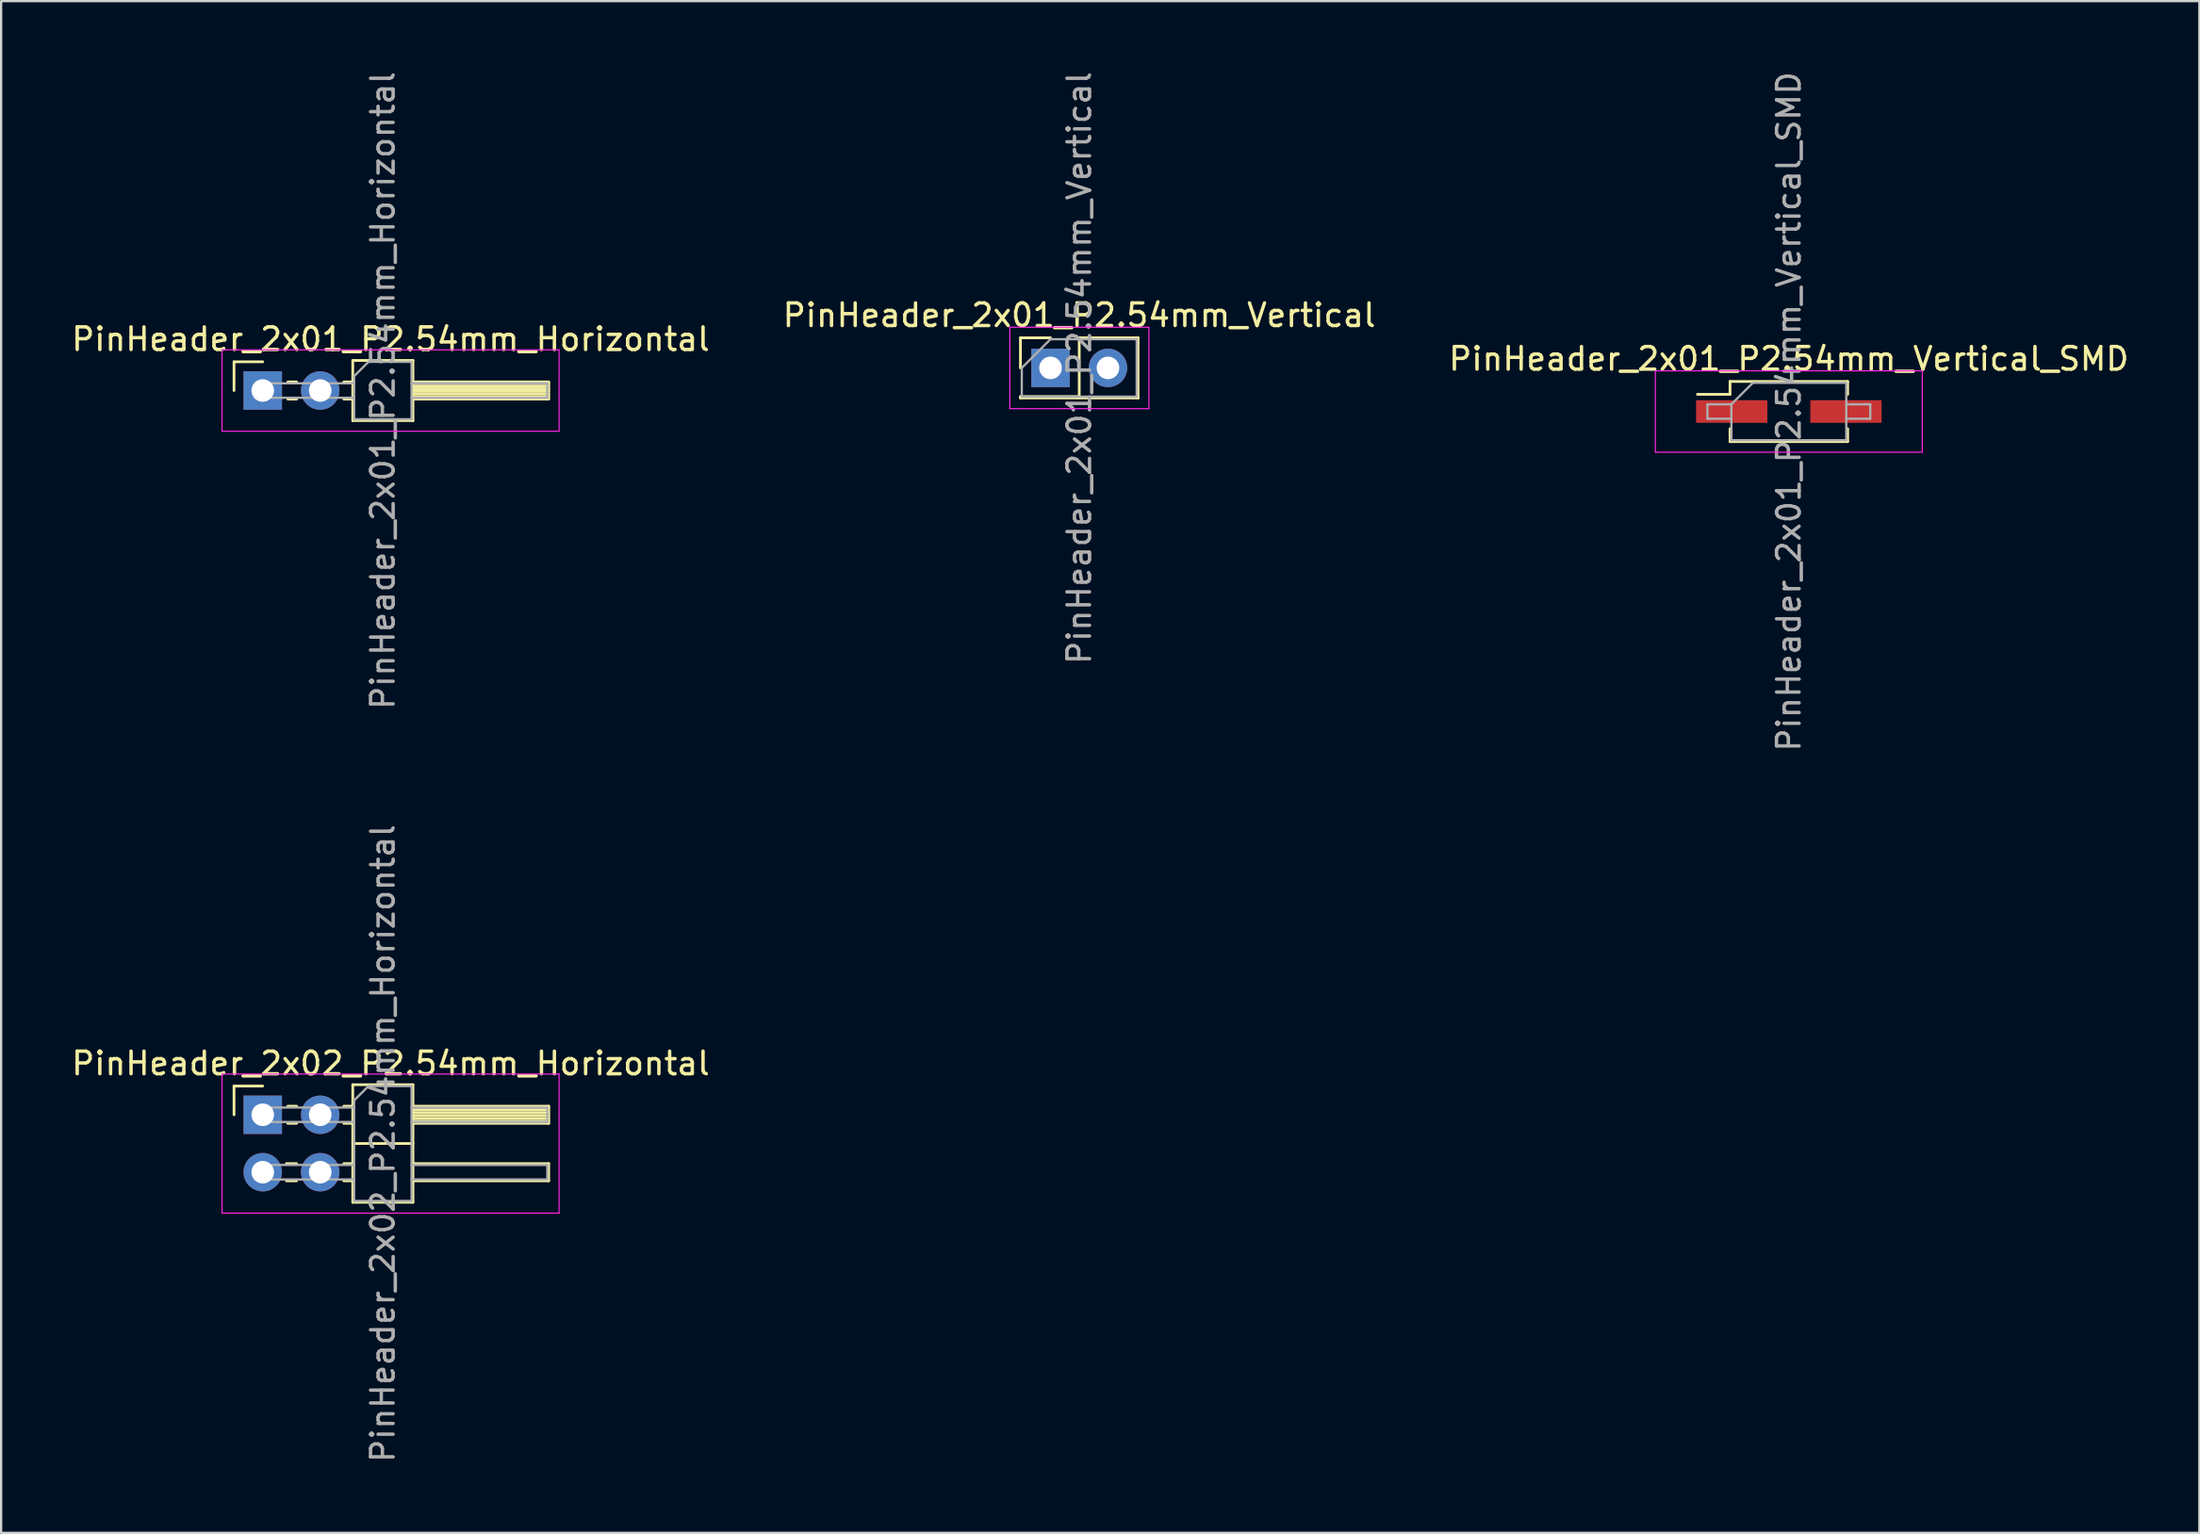
<source format=kicad_pcb>
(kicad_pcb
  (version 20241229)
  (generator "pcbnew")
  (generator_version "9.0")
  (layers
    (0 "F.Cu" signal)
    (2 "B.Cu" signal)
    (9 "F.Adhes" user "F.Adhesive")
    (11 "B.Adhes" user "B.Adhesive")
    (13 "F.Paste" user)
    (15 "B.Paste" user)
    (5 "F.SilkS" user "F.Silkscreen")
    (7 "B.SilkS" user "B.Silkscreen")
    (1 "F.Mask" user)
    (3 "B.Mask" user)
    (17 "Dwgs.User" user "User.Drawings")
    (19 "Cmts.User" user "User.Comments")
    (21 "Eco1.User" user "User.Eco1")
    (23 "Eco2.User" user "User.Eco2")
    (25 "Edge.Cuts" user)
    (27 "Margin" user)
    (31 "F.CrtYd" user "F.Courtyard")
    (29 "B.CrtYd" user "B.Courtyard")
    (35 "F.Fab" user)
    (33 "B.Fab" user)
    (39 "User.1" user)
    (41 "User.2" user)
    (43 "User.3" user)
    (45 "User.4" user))
  (footprint "PinHeader_2x02_P2.54mm_Horizontal"
    (layer "F.Cu")
    (at 8.565 46.248)
    (property "Reference" "PinHeader_2x02_P2.54mm_Horizontal" (at 5.655 -2.27 0) (layer "F.SilkS") (effects (font (size 1 1) (thickness 0.15))))
    (attr through_hole)
    (fp_line (start -1.27 -1.27) (end 0 -1.27) (stroke (width 0.12) (type solid)) (layer "F.SilkS"))
    (fp_line (start -1.27 0) (end -1.27 -1.27) (stroke (width 0.12) (type solid)) (layer "F.SilkS"))
    (fp_line (start 1.043 2.16) (end 1.497 2.16) (stroke (width 0.12) (type solid)) (layer "F.SilkS"))
    (fp_line (start 1.043 2.92) (end 1.497 2.92) (stroke (width 0.12) (type solid)) (layer "F.SilkS"))
    (fp_line (start 1.11 -0.38) (end 1.497 -0.38) (stroke (width 0.12) (type solid)) (layer "F.SilkS"))
    (fp_line (start 1.11 0.38) (end 1.497 0.38) (stroke (width 0.12) (type solid)) (layer "F.SilkS"))
    (fp_line (start 3.583 -0.38) (end 3.98 -0.38) (stroke (width 0.12) (type solid)) (layer "F.SilkS"))
    (fp_line (start 3.583 0.38) (end 3.98 0.38) (stroke (width 0.12) (type solid)) (layer "F.SilkS"))
    (fp_line (start 3.583 2.16) (end 3.98 2.16) (stroke (width 0.12) (type solid)) (layer "F.SilkS"))
    (fp_line (start 3.583 2.92) (end 3.98 2.92) (stroke (width 0.12) (type solid)) (layer "F.SilkS"))
    (fp_line (start 3.98 -1.33) (end 3.98 3.87) (stroke (width 0.12) (type solid)) (layer "F.SilkS"))
    (fp_line (start 3.98 1.27) (end 6.64 1.27) (stroke (width 0.12) (type solid)) (layer "F.SilkS"))
    (fp_line (start 3.98 3.87) (end 6.64 3.87) (stroke (width 0.12) (type solid)) (layer "F.SilkS"))
    (fp_line (start 6.64 -1.33) (end 3.98 -1.33) (stroke (width 0.12) (type solid)) (layer "F.SilkS"))
    (fp_line (start 6.64 -0.38) (end 12.64 -0.38) (stroke (width 0.12) (type solid)) (layer "F.SilkS"))
    (fp_line (start 6.64 -0.32) (end 12.64 -0.32) (stroke (width 0.12) (type solid)) (layer "F.SilkS"))
    (fp_line (start 6.64 -0.2) (end 12.64 -0.2) (stroke (width 0.12) (type solid)) (layer "F.SilkS"))
    (fp_line (start 6.64 -0.08) (end 12.64 -0.08) (stroke (width 0.12) (type solid)) (layer "F.SilkS"))
    (fp_line (start 6.64 0.04) (end 12.64 0.04) (stroke (width 0.12) (type solid)) (layer "F.SilkS"))
    (fp_line (start 6.64 0.16) (end 12.64 0.16) (stroke (width 0.12) (type solid)) (layer "F.SilkS"))
    (fp_line (start 6.64 0.28) (end 12.64 0.28) (stroke (width 0.12) (type solid)) (layer "F.SilkS"))
    (fp_line (start 6.64 2.16) (end 12.64 2.16) (stroke (width 0.12) (type solid)) (layer "F.SilkS"))
    (fp_line (start 6.64 3.87) (end 6.64 -1.33) (stroke (width 0.12) (type solid)) (layer "F.SilkS"))
    (fp_line (start 12.64 -0.38) (end 12.64 0.38) (stroke (width 0.12) (type solid)) (layer "F.SilkS"))
    (fp_line (start 12.64 0.38) (end 6.64 0.38) (stroke (width 0.12) (type solid)) (layer "F.SilkS"))
    (fp_line (start 12.64 2.16) (end 12.64 2.92) (stroke (width 0.12) (type solid)) (layer "F.SilkS"))
    (fp_line (start 12.64 2.92) (end 6.64 2.92) (stroke (width 0.12) (type solid)) (layer "F.SilkS"))
    (fp_line (start -1.8 -1.8) (end -1.8 4.35) (stroke (width 0.05) (type solid)) (layer "F.CrtYd"))
    (fp_line (start -1.8 4.35) (end 13.1 4.35) (stroke (width 0.05) (type solid)) (layer "F.CrtYd"))
    (fp_line (start 13.1 -1.8) (end -1.8 -1.8) (stroke (width 0.05) (type solid)) (layer "F.CrtYd"))
    (fp_line (start 13.1 4.35) (end 13.1 -1.8) (stroke (width 0.05) (type solid)) (layer "F.CrtYd"))
    (fp_line (start -0.32 -0.32) (end -0.32 0.32) (stroke (width 0.1) (type solid)) (layer "F.Fab"))
    (fp_line (start -0.32 -0.32) (end 4.04 -0.32) (stroke (width 0.1) (type solid)) (layer "F.Fab"))
    (fp_line (start -0.32 0.32) (end 4.04 0.32) (stroke (width 0.1) (type solid)) (layer "F.Fab"))
    (fp_line (start -0.32 2.22) (end -0.32 2.86) (stroke (width 0.1) (type solid)) (layer "F.Fab"))
    (fp_line (start -0.32 2.22) (end 4.04 2.22) (stroke (width 0.1) (type solid)) (layer "F.Fab"))
    (fp_line (start -0.32 2.86) (end 4.04 2.86) (stroke (width 0.1) (type solid)) (layer "F.Fab"))
    (fp_line (start 4.04 -0.635) (end 4.675 -1.27) (stroke (width 0.1) (type solid)) (layer "F.Fab"))
    (fp_line (start 4.04 3.81) (end 4.04 -0.635) (stroke (width 0.1) (type solid)) (layer "F.Fab"))
    (fp_line (start 4.675 -1.27) (end 6.58 -1.27) (stroke (width 0.1) (type solid)) (layer "F.Fab"))
    (fp_line (start 6.58 -1.27) (end 6.58 3.81) (stroke (width 0.1) (type solid)) (layer "F.Fab"))
    (fp_line (start 6.58 -0.32) (end 12.58 -0.32) (stroke (width 0.1) (type solid)) (layer "F.Fab"))
    (fp_line (start 6.58 0.32) (end 12.58 0.32) (stroke (width 0.1) (type solid)) (layer "F.Fab"))
    (fp_line (start 6.58 2.22) (end 12.58 2.22) (stroke (width 0.1) (type solid)) (layer "F.Fab"))
    (fp_line (start 6.58 2.86) (end 12.58 2.86) (stroke (width 0.1) (type solid)) (layer "F.Fab"))
    (fp_line (start 6.58 3.81) (end 4.04 3.81) (stroke (width 0.1) (type solid)) (layer "F.Fab"))
    (fp_line (start 12.58 -0.32) (end 12.58 0.32) (stroke (width 0.1) (type solid)) (layer "F.Fab"))
    (fp_line (start 12.58 2.22) (end 12.58 2.86) (stroke (width 0.1) (type solid)) (layer "F.Fab"))
    (fp_text user "${REFERENCE}" (at 5.31 1.27 90) (layer "F.Fab") (effects (font (size 1 1) (thickness 0.15))))
    (pad "1" thru_hole rect (at 0 0) (size 1.7 1.7) (drill 1) (layers "*.Cu" "*.Mask"))
    (pad "2" thru_hole oval (at 2.54 0) (size 1.7 1.7) (drill 1) (layers "*.Cu" "*.Mask"))
    (pad "3" thru_hole oval (at 0 2.54) (size 1.7 1.7) (drill 1) (layers "*.Cu" "*.Mask"))
    (pad "4" thru_hole oval (at 2.54 2.54) (size 1.7 1.7) (drill 1) (layers "*.Cu" "*.Mask")))
  (footprint "PinHeader_2x01_P2.54mm_Horizontal"
    (layer "F.Cu")
    (at 8.565 14.22)
    (property "Reference" "PinHeader_2x01_P2.54mm_Horizontal" (at 5.655 -2.27 0) (layer "F.SilkS") (effects (font (size 1 1) (thickness 0.15))))
    (attr through_hole)
    (fp_line (start -1.27 -1.27) (end 0 -1.27) (stroke (width 0.12) (type solid)) (layer "F.SilkS"))
    (fp_line (start -1.27 0) (end -1.27 -1.27) (stroke (width 0.12) (type solid)) (layer "F.SilkS"))
    (fp_line (start 1.11 -0.38) (end 1.497 -0.38) (stroke (width 0.12) (type solid)) (layer "F.SilkS"))
    (fp_line (start 1.11 0.38) (end 1.497 0.38) (stroke (width 0.12) (type solid)) (layer "F.SilkS"))
    (fp_line (start 3.583 -0.38) (end 3.98 -0.38) (stroke (width 0.12) (type solid)) (layer "F.SilkS"))
    (fp_line (start 3.583 0.38) (end 3.98 0.38) (stroke (width 0.12) (type solid)) (layer "F.SilkS"))
    (fp_line (start 3.98 -1.33) (end 3.98 1.33) (stroke (width 0.12) (type solid)) (layer "F.SilkS"))
    (fp_line (start 3.98 1.33) (end 6.64 1.33) (stroke (width 0.12) (type solid)) (layer "F.SilkS"))
    (fp_line (start 6.64 -1.33) (end 3.98 -1.33) (stroke (width 0.12) (type solid)) (layer "F.SilkS"))
    (fp_line (start 6.64 -0.38) (end 12.64 -0.38) (stroke (width 0.12) (type solid)) (layer "F.SilkS"))
    (fp_line (start 6.64 -0.32) (end 12.64 -0.32) (stroke (width 0.12) (type solid)) (layer "F.SilkS"))
    (fp_line (start 6.64 -0.2) (end 12.64 -0.2) (stroke (width 0.12) (type solid)) (layer "F.SilkS"))
    (fp_line (start 6.64 -0.08) (end 12.64 -0.08) (stroke (width 0.12) (type solid)) (layer "F.SilkS"))
    (fp_line (start 6.64 0.04) (end 12.64 0.04) (stroke (width 0.12) (type solid)) (layer "F.SilkS"))
    (fp_line (start 6.64 0.16) (end 12.64 0.16) (stroke (width 0.12) (type solid)) (layer "F.SilkS"))
    (fp_line (start 6.64 0.28) (end 12.64 0.28) (stroke (width 0.12) (type solid)) (layer "F.SilkS"))
    (fp_line (start 6.64 1.33) (end 6.64 -1.33) (stroke (width 0.12) (type solid)) (layer "F.SilkS"))
    (fp_line (start 12.64 -0.38) (end 12.64 0.38) (stroke (width 0.12) (type solid)) (layer "F.SilkS"))
    (fp_line (start 12.64 0.38) (end 6.64 0.38) (stroke (width 0.12) (type solid)) (layer "F.SilkS"))
    (fp_line (start -1.8 -1.8) (end -1.8 1.8) (stroke (width 0.05) (type solid)) (layer "F.CrtYd"))
    (fp_line (start -1.8 1.8) (end 13.1 1.8) (stroke (width 0.05) (type solid)) (layer "F.CrtYd"))
    (fp_line (start 13.1 -1.8) (end -1.8 -1.8) (stroke (width 0.05) (type solid)) (layer "F.CrtYd"))
    (fp_line (start 13.1 1.8) (end 13.1 -1.8) (stroke (width 0.05) (type solid)) (layer "F.CrtYd"))
    (fp_line (start -0.32 -0.32) (end -0.32 0.32) (stroke (width 0.1) (type solid)) (layer "F.Fab"))
    (fp_line (start -0.32 -0.32) (end 4.04 -0.32) (stroke (width 0.1) (type solid)) (layer "F.Fab"))
    (fp_line (start -0.32 0.32) (end 4.04 0.32) (stroke (width 0.1) (type solid)) (layer "F.Fab"))
    (fp_line (start 4.04 -0.635) (end 4.675 -1.27) (stroke (width 0.1) (type solid)) (layer "F.Fab"))
    (fp_line (start 4.04 1.27) (end 4.04 -0.635) (stroke (width 0.1) (type solid)) (layer "F.Fab"))
    (fp_line (start 4.675 -1.27) (end 6.58 -1.27) (stroke (width 0.1) (type solid)) (layer "F.Fab"))
    (fp_line (start 6.58 -1.27) (end 6.58 1.27) (stroke (width 0.1) (type solid)) (layer "F.Fab"))
    (fp_line (start 6.58 -0.32) (end 12.58 -0.32) (stroke (width 0.1) (type solid)) (layer "F.Fab"))
    (fp_line (start 6.58 0.32) (end 12.58 0.32) (stroke (width 0.1) (type solid)) (layer "F.Fab"))
    (fp_line (start 6.58 1.27) (end 4.04 1.27) (stroke (width 0.1) (type solid)) (layer "F.Fab"))
    (fp_line (start 12.58 -0.32) (end 12.58 0.32) (stroke (width 0.1) (type solid)) (layer "F.Fab"))
    (fp_text user "${REFERENCE}" (at 5.31 0 90) (layer "F.Fab") (effects (font (size 1 1) (thickness 0.15))))
    (pad "1" thru_hole rect (at 0 0) (size 1.7 1.7) (drill 1) (layers "*.Cu" "*.Mask"))
    (pad "2" thru_hole oval (at 2.54 0) (size 1.7 1.7) (drill 1) (layers "*.Cu" "*.Mask")))
  (footprint "PinHeader_2x01_P2.54mm_Vertical_SMD"
    (layer "F.Cu")
    (at 76.03 15.149)
    (property "Reference" "PinHeader_2x01_P2.54mm_Vertical_SMD" (at 0 -2.33 0) (layer "F.SilkS") (effects (font (size 1 1) (thickness 0.15))))
    (attr smd)
    (fp_line (start -4.04 -0.76) (end -2.6 -0.76) (stroke (width 0.12) (type solid)) (layer "F.SilkS"))
    (fp_line (start -2.6 -1.33) (end -2.6 -0.76) (stroke (width 0.12) (type solid)) (layer "F.SilkS"))
    (fp_line (start -2.6 -1.33) (end 2.6 -1.33) (stroke (width 0.12) (type solid)) (layer "F.SilkS"))
    (fp_line (start -2.6 0.76) (end -2.6 1.33) (stroke (width 0.12) (type solid)) (layer "F.SilkS"))
    (fp_line (start -2.6 1.33) (end 2.6 1.33) (stroke (width 0.12) (type solid)) (layer "F.SilkS"))
    (fp_line (start 2.6 -1.33) (end 2.6 -0.76) (stroke (width 0.12) (type solid)) (layer "F.SilkS"))
    (fp_line (start 2.6 0.76) (end 2.6 1.33) (stroke (width 0.12) (type solid)) (layer "F.SilkS"))
    (fp_line (start -5.9 -1.8) (end -5.9 1.8) (stroke (width 0.05) (type solid)) (layer "F.CrtYd"))
    (fp_line (start -5.9 1.8) (end 5.9 1.8) (stroke (width 0.05) (type solid)) (layer "F.CrtYd"))
    (fp_line (start 5.9 -1.8) (end -5.9 -1.8) (stroke (width 0.05) (type solid)) (layer "F.CrtYd"))
    (fp_line (start 5.9 1.8) (end 5.9 -1.8) (stroke (width 0.05) (type solid)) (layer "F.CrtYd"))
    (fp_line (start -3.6 -0.32) (end -3.6 0.32) (stroke (width 0.1) (type solid)) (layer "F.Fab"))
    (fp_line (start -3.6 0.32) (end -2.54 0.32) (stroke (width 0.1) (type solid)) (layer "F.Fab"))
    (fp_line (start -2.54 -0.32) (end -3.6 -0.32) (stroke (width 0.1) (type solid)) (layer "F.Fab"))
    (fp_line (start -2.54 -0.32) (end -1.59 -1.27) (stroke (width 0.1) (type solid)) (layer "F.Fab"))
    (fp_line (start -2.54 1.27) (end -2.54 -0.32) (stroke (width 0.1) (type solid)) (layer "F.Fab"))
    (fp_line (start -1.59 -1.27) (end 2.54 -1.27) (stroke (width 0.1) (type solid)) (layer "F.Fab"))
    (fp_line (start 2.54 -1.27) (end 2.54 1.27) (stroke (width 0.1) (type solid)) (layer "F.Fab"))
    (fp_line (start 2.54 -0.32) (end 3.6 -0.32) (stroke (width 0.1) (type solid)) (layer "F.Fab"))
    (fp_line (start 2.54 1.27) (end -2.54 1.27) (stroke (width 0.1) (type solid)) (layer "F.Fab"))
    (fp_line (start 3.6 -0.32) (end 3.6 0.32) (stroke (width 0.1) (type solid)) (layer "F.Fab"))
    (fp_line (start 3.6 0.32) (end 2.54 0.32) (stroke (width 0.1) (type solid)) (layer "F.Fab"))
    (fp_text user "${REFERENCE}" (at 0 0 90) (layer "F.Fab") (effects (font (size 1 1) (thickness 0.15))))
    (pad "1" smd rect (at -2.525 0) (size 3.15 1) (layers "F.Cu" "F.Mask" "F.Paste"))
    (pad "2" smd rect (at 2.525 0) (size 3.15 1) (layers "F.Cu" "F.Mask" "F.Paste")))
  (footprint "PinHeader_2x01_P2.54mm_Vertical"
    (layer "F.Cu")
    (at 43.391 13.22)
    (property "Reference" "PinHeader_2x01_P2.54mm_Vertical" (at 1.27 -2.33 0) (layer "F.SilkS") (effects (font (size 1 1) (thickness 0.15))))
    (attr through_hole)
    (fp_line (start -1.33 -1.33) (end 0 -1.33) (stroke (width 0.12) (type solid)) (layer "F.SilkS"))
    (fp_line (start -1.33 0) (end -1.33 -1.33) (stroke (width 0.12) (type solid)) (layer "F.SilkS"))
    (fp_line (start -1.33 1.27) (end -1.33 1.33) (stroke (width 0.12) (type solid)) (layer "F.SilkS"))
    (fp_line (start -1.33 1.27) (end 1.27 1.27) (stroke (width 0.12) (type solid)) (layer "F.SilkS"))
    (fp_line (start -1.33 1.33) (end 3.87 1.33) (stroke (width 0.12) (type solid)) (layer "F.SilkS"))
    (fp_line (start 1.27 -1.33) (end 3.87 -1.33) (stroke (width 0.12) (type solid)) (layer "F.SilkS"))
    (fp_line (start 1.27 1.27) (end 1.27 -1.33) (stroke (width 0.12) (type solid)) (layer "F.SilkS"))
    (fp_line (start 3.87 -1.33) (end 3.87 1.33) (stroke (width 0.12) (type solid)) (layer "F.SilkS"))
    (fp_line (start -1.8 -1.8) (end -1.8 1.8) (stroke (width 0.05) (type solid)) (layer "F.CrtYd"))
    (fp_line (start -1.8 1.8) (end 4.35 1.8) (stroke (width 0.05) (type solid)) (layer "F.CrtYd"))
    (fp_line (start 4.35 -1.8) (end -1.8 -1.8) (stroke (width 0.05) (type solid)) (layer "F.CrtYd"))
    (fp_line (start 4.35 1.8) (end 4.35 -1.8) (stroke (width 0.05) (type solid)) (layer "F.CrtYd"))
    (fp_line (start -1.27 0) (end 0 -1.27) (stroke (width 0.1) (type solid)) (layer "F.Fab"))
    (fp_line (start -1.27 1.27) (end -1.27 0) (stroke (width 0.1) (type solid)) (layer "F.Fab"))
    (fp_line (start 0 -1.27) (end 3.81 -1.27) (stroke (width 0.1) (type solid)) (layer "F.Fab"))
    (fp_line (start 3.81 -1.27) (end 3.81 1.27) (stroke (width 0.1) (type solid)) (layer "F.Fab"))
    (fp_line (start 3.81 1.27) (end -1.27 1.27) (stroke (width 0.1) (type solid)) (layer "F.Fab"))
    (fp_text user "${REFERENCE}" (at 1.27 0 90) (layer "F.Fab") (effects (font (size 1 1) (thickness 0.15))))
    (pad "1" thru_hole rect (at 0 0) (size 1.7 1.7) (drill 1) (layers "*.Cu" "*.Mask"))
    (pad "2" thru_hole oval (at 2.54 0) (size 1.7 1.7) (drill 1) (layers "*.Cu" "*.Mask")))
  (gr_rect
    (start -3 -3)
    (end 94.179 64.738)
    (stroke (width 0.1) (type default))
    (fill no)
    (layer "Edge.Cuts")))
</source>
